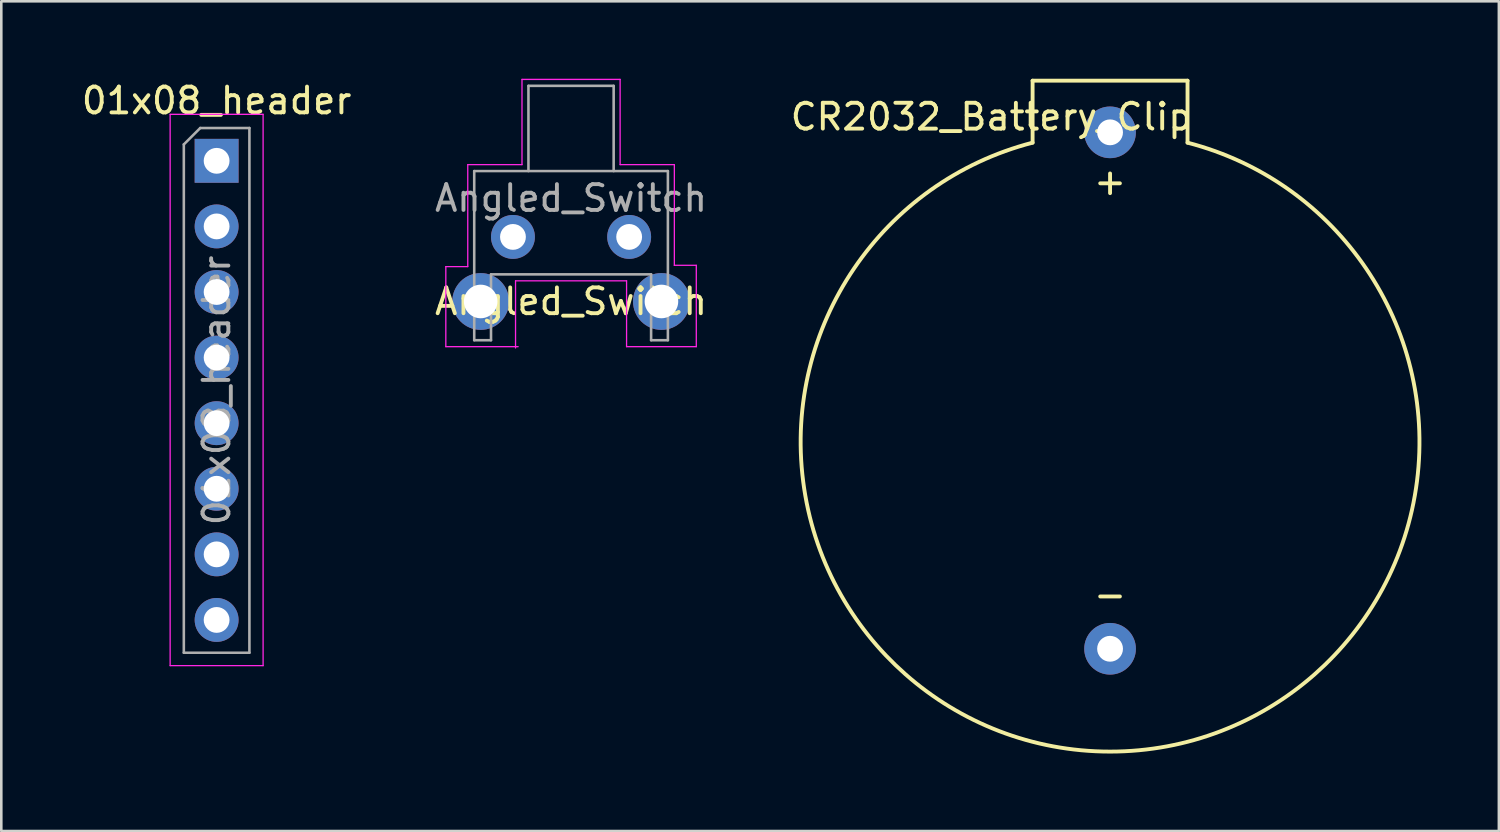
<source format=kicad_pcb>
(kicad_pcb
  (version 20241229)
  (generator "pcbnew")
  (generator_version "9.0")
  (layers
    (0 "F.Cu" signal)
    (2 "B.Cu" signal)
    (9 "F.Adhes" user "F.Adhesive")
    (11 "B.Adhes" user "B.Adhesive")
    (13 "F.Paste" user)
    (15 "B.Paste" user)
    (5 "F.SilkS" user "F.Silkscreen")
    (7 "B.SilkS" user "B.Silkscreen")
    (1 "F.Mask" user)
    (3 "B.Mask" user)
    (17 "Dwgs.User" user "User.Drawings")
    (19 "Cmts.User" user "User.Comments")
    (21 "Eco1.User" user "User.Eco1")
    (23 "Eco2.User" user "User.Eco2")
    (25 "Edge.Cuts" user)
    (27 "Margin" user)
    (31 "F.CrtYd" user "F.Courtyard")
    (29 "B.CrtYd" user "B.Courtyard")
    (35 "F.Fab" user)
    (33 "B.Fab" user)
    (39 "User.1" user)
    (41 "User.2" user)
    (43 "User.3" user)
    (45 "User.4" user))
  (footprint "Angled_Switch"
    (layer "F.Cu")
    (at 16.815 6.125)
    (property "Reference" "Angled_Switch" (at 2.25 2.5 0) (layer "F.SilkS") (effects (font (size 1 1) (thickness 0.15))))
    (attr through_hole)
    (fp_circle (center -1.25 2.5) (end -1.885 2.5) (stroke (width 0) (type solid)) (fill yes) (layer "F.Mask"))
    (fp_circle (center 0 0) (end -0.445 0) (stroke (width 0) (type solid)) (fill yes) (layer "F.Mask"))
    (fp_circle (center 4.5 0) (end 4.056 0) (stroke (width 0) (type solid)) (fill yes) (layer "F.Mask"))
    (fp_circle (center 5.75 2.5) (end 5.115 2.5) (stroke (width 0) (type solid)) (fill yes) (layer "F.Mask"))
    (fp_circle (center -1.25 2.5) (end -2.393 2.5) (stroke (width 0) (type solid)) (fill yes) (layer "B.Mask"))
    (fp_circle (center 0 0) (end -0.889 0) (stroke (width 0) (type solid)) (fill yes) (layer "B.Mask"))
    (fp_circle (center 4.5 0) (end 3.611 0) (stroke (width 0) (type solid)) (fill yes) (layer "B.Mask"))
    (fp_circle (center 5.75 2.5) (end 4.607 2.5) (stroke (width 0) (type solid)) (fill yes) (layer "B.Mask"))
    (fp_line (start -2.6 1.15) (end -1.75 1.15) (stroke (width 0.05) (type solid)) (layer "F.CrtYd"))
    (fp_line (start -2.6 4.25) (end -2.6 1.15) (stroke (width 0.05) (type solid)) (layer "F.CrtYd"))
    (fp_line (start -1.75 1.15) (end -1.75 -2.8) (stroke (width 0.05) (type solid)) (layer "F.CrtYd"))
    (fp_line (start 0.1 1.7) (end 4.4 1.7) (stroke (width 0.05) (type solid)) (layer "F.CrtYd"))
    (fp_line (start 0.1 4.3) (end 0.1 1.7) (stroke (width 0.05) (type solid)) (layer "F.CrtYd"))
    (fp_line (start 0.2 4.25) (end -2.6 4.25) (stroke (width 0.05) (type solid)) (layer "F.CrtYd"))
    (fp_line (start 0.35 -6.1) (end 0.35 -2.8) (stroke (width 0.05) (type solid)) (layer "F.CrtYd"))
    (fp_line (start 0.35 -2.8) (end -1.75 -2.8) (stroke (width 0.05) (type solid)) (layer "F.CrtYd"))
    (fp_line (start 4.15 -6.1) (end 0.35 -6.1) (stroke (width 0.05) (type solid)) (layer "F.CrtYd"))
    (fp_line (start 4.15 -2.8) (end 4.15 -6.1) (stroke (width 0.05) (type solid)) (layer "F.CrtYd"))
    (fp_line (start 4.4 1.7) (end 4.4 4.25) (stroke (width 0.05) (type solid)) (layer "F.CrtYd"))
    (fp_line (start 4.4 4.25) (end 7.1 4.25) (stroke (width 0.05) (type solid)) (layer "F.CrtYd"))
    (fp_line (start 6.25 -2.8) (end 4.15 -2.8) (stroke (width 0.05) (type solid)) (layer "F.CrtYd"))
    (fp_line (start 6.25 1.1) (end 6.25 -2.8) (stroke (width 0.05) (type solid)) (layer "F.CrtYd"))
    (fp_line (start 7.1 1.1) (end 6.25 1.1) (stroke (width 0.05) (type solid)) (layer "F.CrtYd"))
    (fp_line (start 7.1 4.25) (end 7.1 1.1) (stroke (width 0.05) (type solid)) (layer "F.CrtYd"))
    (fp_line (start -1.5 4) (end -1.5 -2.55) (stroke (width 0.1) (type solid)) (layer "F.Fab"))
    (fp_line (start -0.85 1.45) (end -0.85 4) (stroke (width 0.1) (type solid)) (layer "F.Fab"))
    (fp_line (start -0.85 4) (end -1.5 4) (stroke (width 0.1) (type solid)) (layer "F.Fab"))
    (fp_line (start 0.6 -5.85) (end 3.9 -5.85) (stroke (width 0.1) (type solid)) (layer "F.Fab"))
    (fp_line (start 0.6 -2.55) (end 0.6 -5.85) (stroke (width 0.1) (type solid)) (layer "F.Fab"))
    (fp_line (start 3.9 -2.55) (end 3.9 -5.85) (stroke (width 0.1) (type solid)) (layer "F.Fab"))
    (fp_line (start 5.35 1.45) (end -0.85 1.45) (stroke (width 0.1) (type solid)) (layer "F.Fab"))
    (fp_line (start 5.35 1.45) (end 5.35 4) (stroke (width 0.1) (type solid)) (layer "F.Fab"))
    (fp_line (start 6 -2.55) (end -1.5 -2.55) (stroke (width 0.1) (type solid)) (layer "F.Fab"))
    (fp_line (start 6 -2.55) (end 6 4) (stroke (width 0.1) (type solid)) (layer "F.Fab"))
    (fp_line (start 6 4) (end 5.35 4) (stroke (width 0.1) (type solid)) (layer "F.Fab"))
    (fp_text user "${REFERENCE}" (at 2.25 -1.5 0) (layer "F.Fab") (effects (font (size 1 1) (thickness 0.15))))
    (pad "" thru_hole circle (at -1.25 2.5 180) (size 2.2 2.2) (drill 1.3) (layers "*.Cu" "*.Mask"))
    (pad "" thru_hole circle (at 5.75 2.5 180) (size 2.2 2.2) (drill 1.3) (layers "*.Cu" "*.Mask"))
    (pad "1" thru_hole circle (at 0 0 180) (size 1.7 1.7) (drill 1) (layers "*.Cu" "*.Mask"))
    (pad "2" thru_hole circle (at 4.5 0 180) (size 1.7 1.7) (drill 1) (layers "*.Cu" "*.Mask")))
  (footprint "01x08_header"
    (layer "F.Cu")
    (at 5.339 3.178)
    (property "Reference" "01x08_header" (at 0 -2.33 0) (layer "F.SilkS") (effects (font (size 1 1) (thickness 0.15))))
    (attr through_hole)
    (fp_line (start -1.8 -1.8) (end -1.8 19.55) (stroke (width 0.05) (type solid)) (layer "F.CrtYd"))
    (fp_line (start -1.8 19.55) (end 1.8 19.55) (stroke (width 0.05) (type solid)) (layer "F.CrtYd"))
    (fp_line (start 1.8 -1.8) (end -1.8 -1.8) (stroke (width 0.05) (type solid)) (layer "F.CrtYd"))
    (fp_line (start 1.8 19.55) (end 1.8 -1.8) (stroke (width 0.05) (type solid)) (layer "F.CrtYd"))
    (fp_line (start -1.27 -0.635) (end -0.635 -1.27) (stroke (width 0.1) (type solid)) (layer "F.Fab"))
    (fp_line (start -1.27 19.05) (end -1.27 -0.635) (stroke (width 0.1) (type solid)) (layer "F.Fab"))
    (fp_line (start -0.635 -1.27) (end 1.27 -1.27) (stroke (width 0.1) (type solid)) (layer "F.Fab"))
    (fp_line (start 1.27 -1.27) (end 1.27 19.05) (stroke (width 0.1) (type solid)) (layer "F.Fab"))
    (fp_line (start 1.27 19.05) (end -1.27 19.05) (stroke (width 0.1) (type solid)) (layer "F.Fab"))
    (fp_text user "${REFERENCE}" (at 0 8.89 90) (layer "F.Fab") (effects (font (size 1 1) (thickness 0.15))))
    (pad "1" thru_hole rect (at 0 0) (size 1.7 1.7) (drill 1) (layers "*.Cu" "*.Mask"))
    (pad "2" thru_hole oval (at 0 2.54) (size 1.7 1.7) (drill 1) (layers "*.Cu" "*.Mask"))
    (pad "3" thru_hole oval (at 0 5.08) (size 1.7 1.7) (drill 1) (layers "*.Cu" "*.Mask"))
    (pad "4" thru_hole oval (at 0 7.62) (size 1.7 1.7) (drill 1) (layers "*.Cu" "*.Mask"))
    (pad "5" thru_hole oval (at 0 10.16) (size 1.7 1.7) (drill 1) (layers "*.Cu" "*.Mask"))
    (pad "6" thru_hole oval (at 0 12.7) (size 1.7 1.7) (drill 1) (layers "*.Cu" "*.Mask"))
    (pad "7" thru_hole oval (at 0 15.24) (size 1.7 1.7) (drill 1) (layers "*.Cu" "*.Mask"))
    (pad "8" thru_hole oval (at 0 17.78) (size 1.7 1.7) (drill 1) (layers "*.Cu" "*.Mask")))
  (footprint "CR2032_Battery_Clip"
    (layer "F.Cu")
    (at 39.939 22.075)
    (property "Reference" "CR2032_Battery_Clip" (at -4.6 -20.6 0) (layer "F.SilkS") (effects (font (size 1 1) (thickness 0.15))))
    (attr through_hole)
    (fp_line (start -3 -22) (end -3 -19.6) (stroke (width 0.15) (type solid)) (layer "F.SilkS"))
    (fp_line (start -3 -22) (end 3 -22) (stroke (width 0.15) (type solid)) (layer "F.SilkS"))
    (fp_line (start 3 -22) (end 3 -19.6) (stroke (width 0.15) (type solid)) (layer "F.SilkS"))
    (fp_arc (start 3 -19.6) (mid 0 3.981653) (end -3 -19.6) (stroke (width 0.15) (type solid)) (layer "F.SilkS"))
    (fp_text user "+" (at 0 -18.1 0) (layer "F.SilkS") (effects (font (size 1 1) (thickness 0.15))))
    (fp_text user "-" (at 0 -2.1 0) (layer "F.SilkS") (effects (font (size 1 1) (thickness 0.15))))
    (pad "1" thru_hole circle (at 0 -20) (size 2 2) (drill 1) (layers "*.Cu" "*.Mask"))
    (pad "2" thru_hole circle (at 0 0) (size 2 2) (drill 1) (layers "*.Cu" "*.Mask")))
  (gr_rect
    (start -3 -3)
    (end 54.996 29.132)
    (stroke (width 0.1) (type default))
    (fill no)
    (layer "Edge.Cuts")))
</source>
